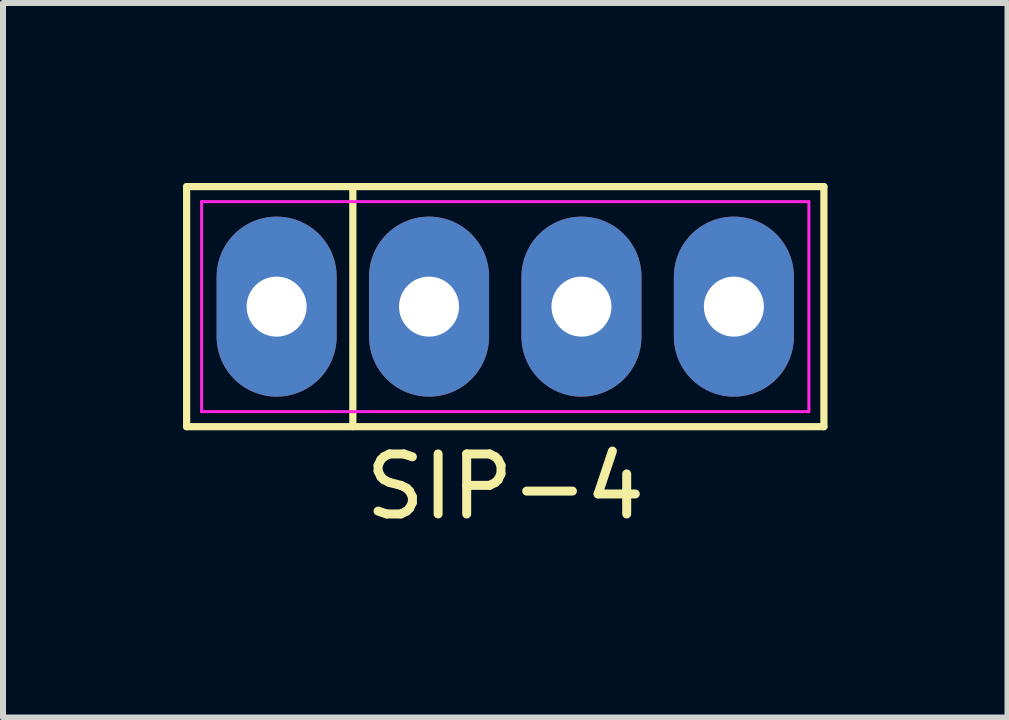
<source format=kicad_pcb>
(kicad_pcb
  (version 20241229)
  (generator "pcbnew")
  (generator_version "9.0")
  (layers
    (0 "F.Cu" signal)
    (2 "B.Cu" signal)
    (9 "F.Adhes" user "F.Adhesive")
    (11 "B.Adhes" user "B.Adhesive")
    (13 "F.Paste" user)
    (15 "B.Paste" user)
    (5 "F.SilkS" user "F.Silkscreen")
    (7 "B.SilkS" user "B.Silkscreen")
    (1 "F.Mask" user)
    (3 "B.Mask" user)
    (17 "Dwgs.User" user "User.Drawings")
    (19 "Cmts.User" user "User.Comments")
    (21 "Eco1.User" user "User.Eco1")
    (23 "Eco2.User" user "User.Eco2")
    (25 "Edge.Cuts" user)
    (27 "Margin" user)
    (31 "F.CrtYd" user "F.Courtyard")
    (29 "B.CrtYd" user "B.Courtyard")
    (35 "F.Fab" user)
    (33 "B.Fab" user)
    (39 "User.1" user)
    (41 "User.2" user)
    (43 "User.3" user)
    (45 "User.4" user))
  (footprint "SIP-4"
    (layer "F.Cu")
    (at 5.37 2.06)
    (property "Reference" "SIP-4" (at 0 3 0) (layer "F.SilkS") (effects (font (size 1 1) (thickness 0.15))))
    (attr through_hole)
    (fp_line (start -5.31 -2) (end 5.31 -2) (stroke (width 0.12) (type solid)) (layer "F.SilkS"))
    (fp_line (start -5.31 2) (end -5.31 -2) (stroke (width 0.12) (type solid)) (layer "F.SilkS"))
    (fp_line (start -2.54 -2) (end -2.54 2) (stroke (width 0.12) (type solid)) (layer "F.SilkS"))
    (fp_line (start 5.31 -2) (end 5.31 2) (stroke (width 0.12) (type solid)) (layer "F.SilkS"))
    (fp_line (start 5.31 2) (end -5.31 2) (stroke (width 0.12) (type solid)) (layer "F.SilkS"))
    (fp_line (start -5.06 -1.75) (end 5.06 -1.75) (stroke (width 0.05) (type solid)) (layer "F.CrtYd"))
    (fp_line (start -5.06 1.75) (end -5.06 -1.75) (stroke (width 0.05) (type solid)) (layer "F.CrtYd"))
    (fp_line (start 5.06 -1.75) (end 5.06 1.75) (stroke (width 0.05) (type solid)) (layer "F.CrtYd"))
    (fp_line (start 5.06 1.75) (end -5.06 1.75) (stroke (width 0.05) (type solid)) (layer "F.CrtYd"))
    (pad "1" thru_hole oval (at -3.81 0) (size 2 3) (drill 1) (layers "*.Cu" "*.Mask"))
    (pad "2" thru_hole oval (at -1.27 0) (size 2 3) (drill 1) (layers "*.Cu" "*.Mask"))
    (pad "3" thru_hole oval (at 1.27 0) (size 2 3) (drill 1) (layers "*.Cu" "*.Mask"))
    (pad "4" thru_hole oval (at 3.81 0) (size 2 3) (drill 1) (layers "*.Cu" "*.Mask")))
  (gr_rect
    (start -3 -3)
    (end 13.74 8.908)
    (stroke (width 0.1) (type default))
    (fill no)
    (layer "Edge.Cuts")))
</source>
